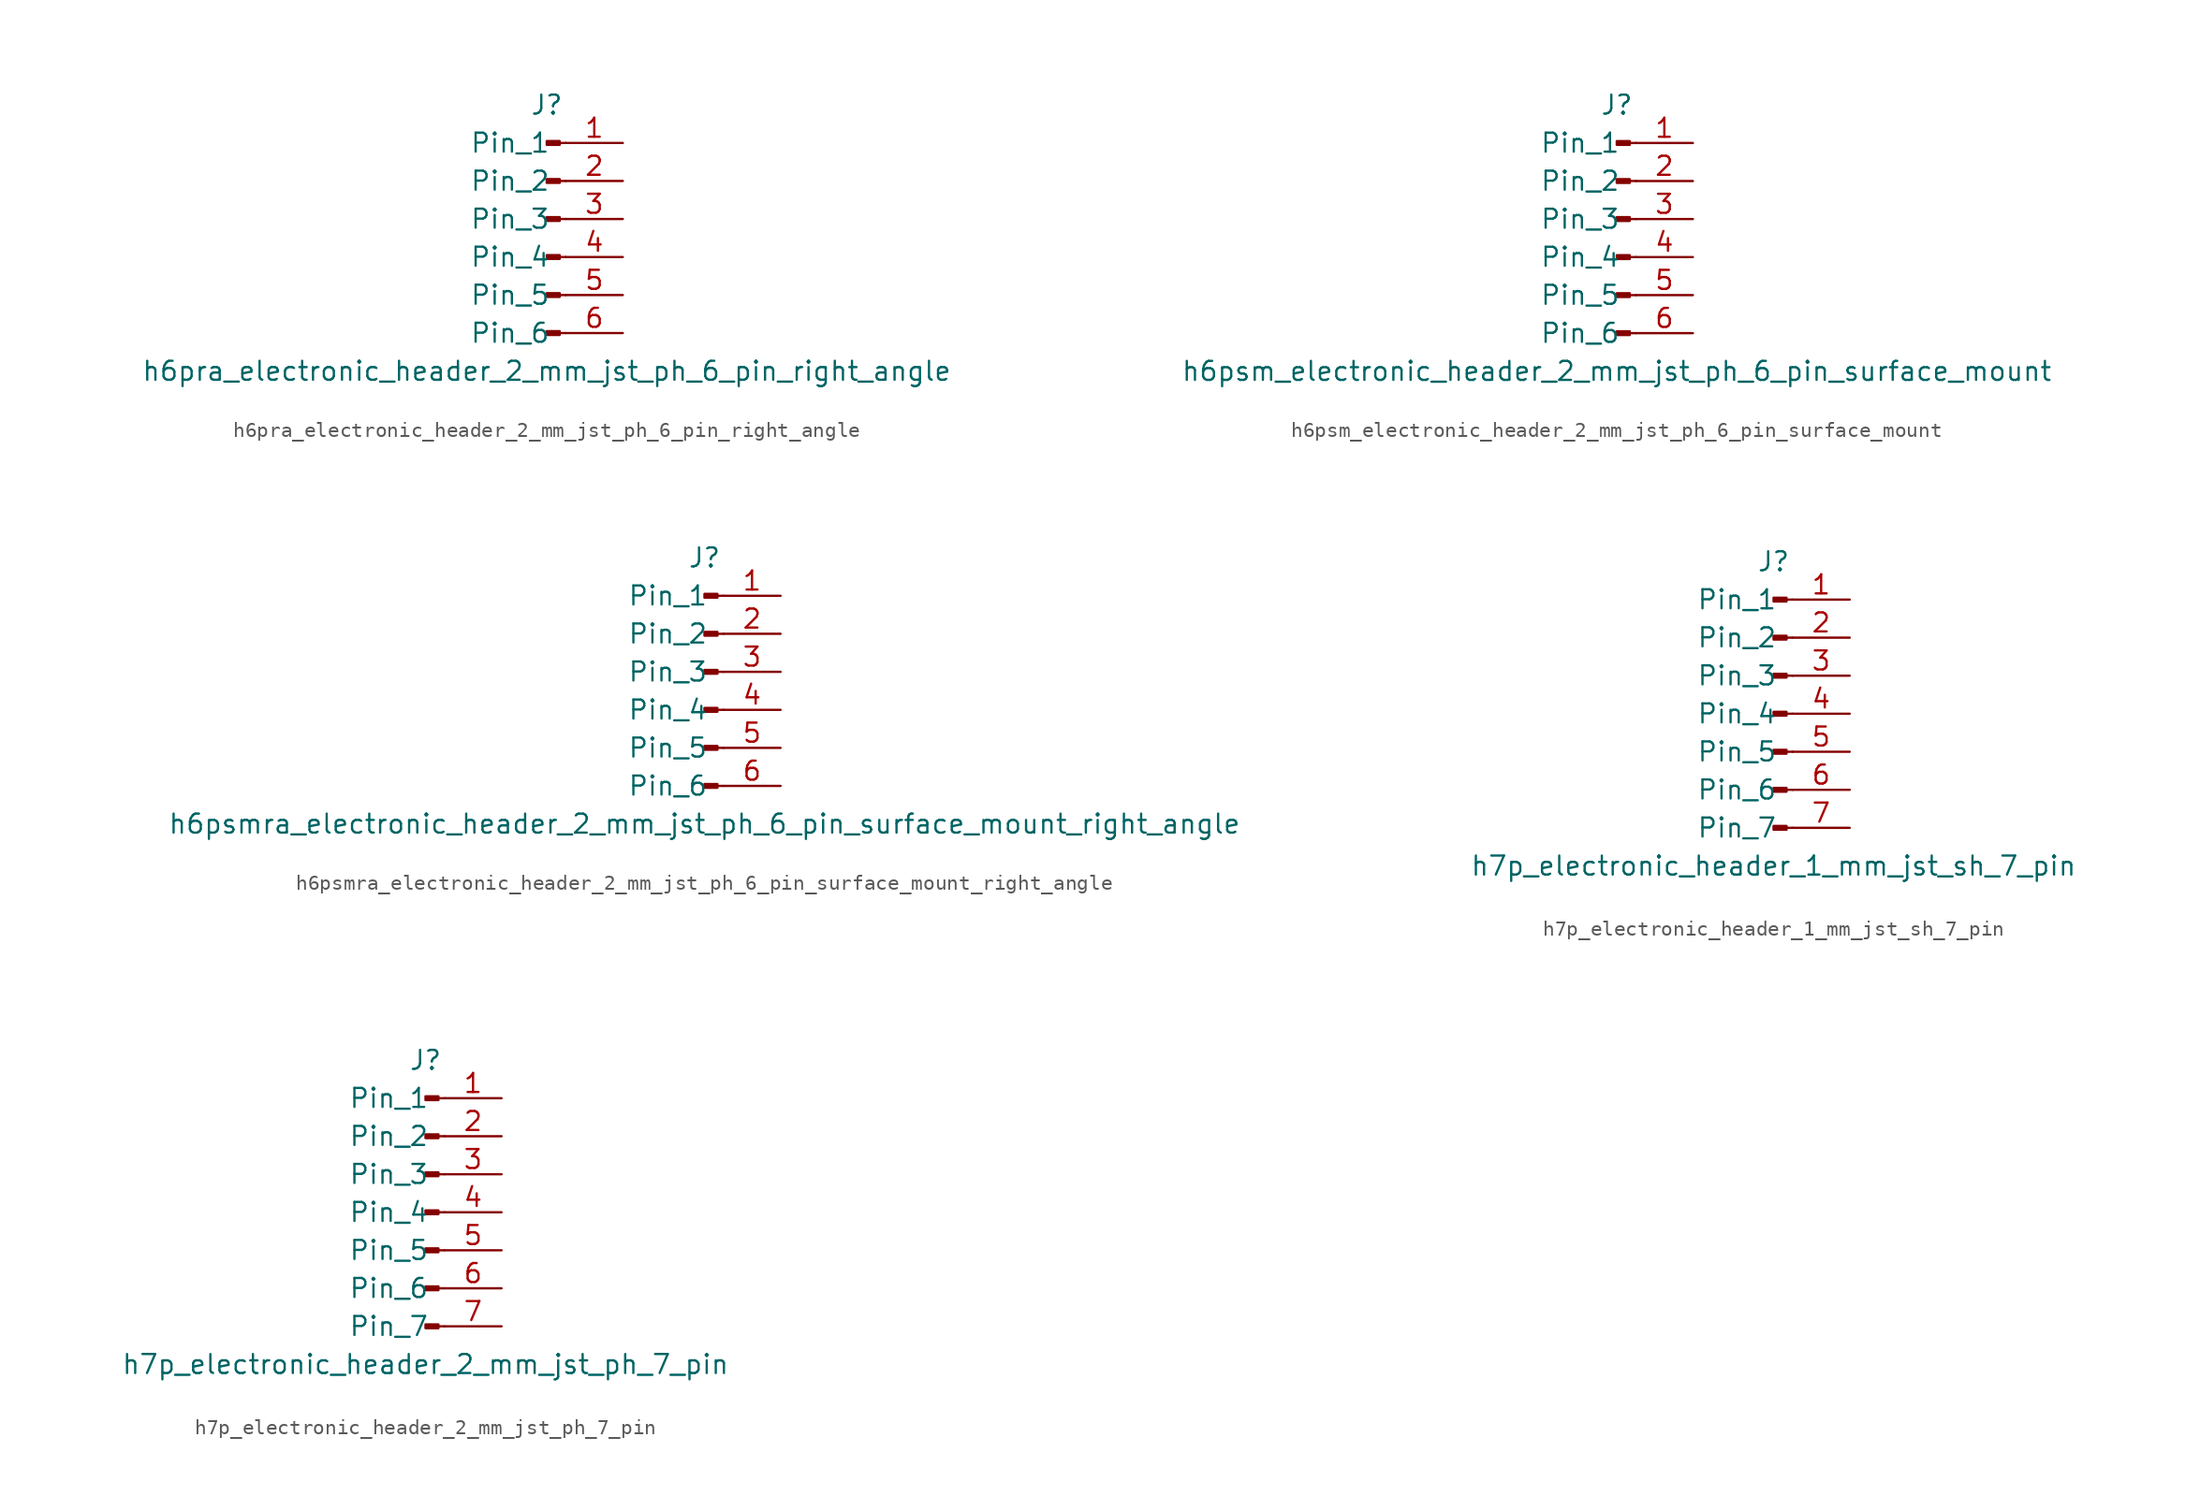
<source format=kicad_sym>
(kicad_symbol_lib
  (version 20220914)
  (generator kicad_symbol_editor)
  (symbol "h6pra_electronic_header_2_mm_jst_ph_6_pin_right_angle"
    (pin_names
      (offset 1.016))
    (property "Reference" "J"
      (at 0 7.62 0)
      (effects (font (size 1.27 1.27))))
    (property "Value" "h6pra_electronic_header_2_mm_jst_ph_6_pin_right_angle"
      (at 0 -10.16 0)
      (effects (font (size 1.27 1.27))))
    (property "ki_locked" ""
      (at 0 0 0)
      (effects (font (size 1.27 1.27))))
    (symbol "h6pra_electronic_header_2_mm_jst_ph_6_pin_right_angle_1_1"
      (polyline (pts (xy 1.27 -7.62) (xy 0.864 -7.62)) (stroke (width 0.152) (type default)) (fill (type none)))
      (polyline (pts (xy 1.27 -5.08) (xy 0.864 -5.08)) (stroke (width 0.152) (type default)) (fill (type none)))
      (polyline (pts (xy 1.27 -2.54) (xy 0.864 -2.54)) (stroke (width 0.152) (type default)) (fill (type none)))
      (polyline (pts (xy 1.27 0) (xy 0.864 0)) (stroke (width 0.152) (type default)) (fill (type none)))
      (polyline (pts (xy 1.27 2.54) (xy 0.864 2.54)) (stroke (width 0.152) (type default)) (fill (type none)))
      (polyline (pts (xy 1.27 5.08) (xy 0.864 5.08)) (stroke (width 0.152) (type default)) (fill (type none)))
      (rectangle (start 0.864 -7.493) (end 0 -7.747) (stroke (width 0.152) (type default)) (fill (type outline)))
      (rectangle (start 0.864 -4.953) (end 0 -5.207) (stroke (width 0.152) (type default)) (fill (type outline)))
      (rectangle (start 0.864 -2.413) (end 0 -2.667) (stroke (width 0.152) (type default)) (fill (type outline)))
      (rectangle (start 0.864 0.127) (end 0 -0.127) (stroke (width 0.152) (type default)) (fill (type outline)))
      (rectangle (start 0.864 2.667) (end 0 2.413) (stroke (width 0.152) (type default)) (fill (type outline)))
      (rectangle (start 0.864 5.207) (end 0 4.953) (stroke (width 0.152) (type default)) (fill (type outline)))
      (pin passive line (at 5.08 5.08 180) (length 3.81) (name "Pin_1" (effects (font (size 1.27 1.27)))) (number "1" (effects (font (size 1.27 1.27)))))
      (pin passive line (at 5.08 2.54 180) (length 3.81) (name "Pin_2" (effects (font (size 1.27 1.27)))) (number "2" (effects (font (size 1.27 1.27)))))
      (pin passive line (at 5.08 0 180) (length 3.81) (name "Pin_3" (effects (font (size 1.27 1.27)))) (number "3" (effects (font (size 1.27 1.27)))))
      (pin passive line (at 5.08 -2.54 180) (length 3.81) (name "Pin_4" (effects (font (size 1.27 1.27)))) (number "4" (effects (font (size 1.27 1.27)))))
      (pin passive line (at 5.08 -5.08 180) (length 3.81) (name "Pin_5" (effects (font (size 1.27 1.27)))) (number "5" (effects (font (size 1.27 1.27)))))
      (pin passive line (at 5.08 -7.62 180) (length 3.81) (name "Pin_6" (effects (font (size 1.27 1.27)))) (number "6" (effects (font (size 1.27 1.27)))))))
  (symbol "h6psm_electronic_header_2_mm_jst_ph_6_pin_surface_mount"
    (pin_names
      (offset 1.016))
    (property "Reference" "J"
      (at 0 7.62 0)
      (effects (font (size 1.27 1.27))))
    (property "Value" "h6psm_electronic_header_2_mm_jst_ph_6_pin_surface_mount"
      (at 0 -10.16 0)
      (effects (font (size 1.27 1.27))))
    (property "ki_locked" ""
      (at 0 0 0)
      (effects (font (size 1.27 1.27))))
    (symbol "h6psm_electronic_header_2_mm_jst_ph_6_pin_surface_mount_1_1"
      (polyline (pts (xy 1.27 -7.62) (xy 0.864 -7.62)) (stroke (width 0.152) (type default)) (fill (type none)))
      (polyline (pts (xy 1.27 -5.08) (xy 0.864 -5.08)) (stroke (width 0.152) (type default)) (fill (type none)))
      (polyline (pts (xy 1.27 -2.54) (xy 0.864 -2.54)) (stroke (width 0.152) (type default)) (fill (type none)))
      (polyline (pts (xy 1.27 0) (xy 0.864 0)) (stroke (width 0.152) (type default)) (fill (type none)))
      (polyline (pts (xy 1.27 2.54) (xy 0.864 2.54)) (stroke (width 0.152) (type default)) (fill (type none)))
      (polyline (pts (xy 1.27 5.08) (xy 0.864 5.08)) (stroke (width 0.152) (type default)) (fill (type none)))
      (rectangle (start 0.864 -7.493) (end 0 -7.747) (stroke (width 0.152) (type default)) (fill (type outline)))
      (rectangle (start 0.864 -4.953) (end 0 -5.207) (stroke (width 0.152) (type default)) (fill (type outline)))
      (rectangle (start 0.864 -2.413) (end 0 -2.667) (stroke (width 0.152) (type default)) (fill (type outline)))
      (rectangle (start 0.864 0.127) (end 0 -0.127) (stroke (width 0.152) (type default)) (fill (type outline)))
      (rectangle (start 0.864 2.667) (end 0 2.413) (stroke (width 0.152) (type default)) (fill (type outline)))
      (rectangle (start 0.864 5.207) (end 0 4.953) (stroke (width 0.152) (type default)) (fill (type outline)))
      (pin passive line (at 5.08 5.08 180) (length 3.81) (name "Pin_1" (effects (font (size 1.27 1.27)))) (number "1" (effects (font (size 1.27 1.27)))))
      (pin passive line (at 5.08 2.54 180) (length 3.81) (name "Pin_2" (effects (font (size 1.27 1.27)))) (number "2" (effects (font (size 1.27 1.27)))))
      (pin passive line (at 5.08 0 180) (length 3.81) (name "Pin_3" (effects (font (size 1.27 1.27)))) (number "3" (effects (font (size 1.27 1.27)))))
      (pin passive line (at 5.08 -2.54 180) (length 3.81) (name "Pin_4" (effects (font (size 1.27 1.27)))) (number "4" (effects (font (size 1.27 1.27)))))
      (pin passive line (at 5.08 -5.08 180) (length 3.81) (name "Pin_5" (effects (font (size 1.27 1.27)))) (number "5" (effects (font (size 1.27 1.27)))))
      (pin passive line (at 5.08 -7.62 180) (length 3.81) (name "Pin_6" (effects (font (size 1.27 1.27)))) (number "6" (effects (font (size 1.27 1.27)))))))
  (symbol "h6psmra_electronic_header_2_mm_jst_ph_6_pin_surface_mount_right_angle"
    (pin_names
      (offset 1.016))
    (property "Reference" "J"
      (at 0 7.62 0)
      (effects (font (size 1.27 1.27))))
    (property "Value" "h6psmra_electronic_header_2_mm_jst_ph_6_pin_surface_mount_right_angle"
      (at 0 -10.16 0)
      (effects (font (size 1.27 1.27))))
    (property "ki_locked" ""
      (at 0 0 0)
      (effects (font (size 1.27 1.27))))
    (symbol "h6psmra_electronic_header_2_mm_jst_ph_6_pin_surface_mount_right_angle_1_1"
      (polyline (pts (xy 1.27 -7.62) (xy 0.864 -7.62)) (stroke (width 0.152) (type default)) (fill (type none)))
      (polyline (pts (xy 1.27 -5.08) (xy 0.864 -5.08)) (stroke (width 0.152) (type default)) (fill (type none)))
      (polyline (pts (xy 1.27 -2.54) (xy 0.864 -2.54)) (stroke (width 0.152) (type default)) (fill (type none)))
      (polyline (pts (xy 1.27 0) (xy 0.864 0)) (stroke (width 0.152) (type default)) (fill (type none)))
      (polyline (pts (xy 1.27 2.54) (xy 0.864 2.54)) (stroke (width 0.152) (type default)) (fill (type none)))
      (polyline (pts (xy 1.27 5.08) (xy 0.864 5.08)) (stroke (width 0.152) (type default)) (fill (type none)))
      (rectangle (start 0.864 -7.493) (end 0 -7.747) (stroke (width 0.152) (type default)) (fill (type outline)))
      (rectangle (start 0.864 -4.953) (end 0 -5.207) (stroke (width 0.152) (type default)) (fill (type outline)))
      (rectangle (start 0.864 -2.413) (end 0 -2.667) (stroke (width 0.152) (type default)) (fill (type outline)))
      (rectangle (start 0.864 0.127) (end 0 -0.127) (stroke (width 0.152) (type default)) (fill (type outline)))
      (rectangle (start 0.864 2.667) (end 0 2.413) (stroke (width 0.152) (type default)) (fill (type outline)))
      (rectangle (start 0.864 5.207) (end 0 4.953) (stroke (width 0.152) (type default)) (fill (type outline)))
      (pin passive line (at 5.08 5.08 180) (length 3.81) (name "Pin_1" (effects (font (size 1.27 1.27)))) (number "1" (effects (font (size 1.27 1.27)))))
      (pin passive line (at 5.08 2.54 180) (length 3.81) (name "Pin_2" (effects (font (size 1.27 1.27)))) (number "2" (effects (font (size 1.27 1.27)))))
      (pin passive line (at 5.08 0 180) (length 3.81) (name "Pin_3" (effects (font (size 1.27 1.27)))) (number "3" (effects (font (size 1.27 1.27)))))
      (pin passive line (at 5.08 -2.54 180) (length 3.81) (name "Pin_4" (effects (font (size 1.27 1.27)))) (number "4" (effects (font (size 1.27 1.27)))))
      (pin passive line (at 5.08 -5.08 180) (length 3.81) (name "Pin_5" (effects (font (size 1.27 1.27)))) (number "5" (effects (font (size 1.27 1.27)))))
      (pin passive line (at 5.08 -7.62 180) (length 3.81) (name "Pin_6" (effects (font (size 1.27 1.27)))) (number "6" (effects (font (size 1.27 1.27)))))))
  (symbol "h7p_electronic_header_1_mm_jst_sh_7_pin"
    (pin_names
      (offset 1.016))
    (property "Reference" "J"
      (at 0 10.16 0)
      (effects (font (size 1.27 1.27))))
    (property "Value" "h7p_electronic_header_1_mm_jst_sh_7_pin"
      (at 0 -10.16 0)
      (effects (font (size 1.27 1.27))))
    (property "ki_locked" ""
      (at 0 0 0)
      (effects (font (size 1.27 1.27))))
    (symbol "h7p_electronic_header_1_mm_jst_sh_7_pin_1_1"
      (polyline (pts (xy 1.27 -7.62) (xy 0.864 -7.62)) (stroke (width 0.152) (type default)) (fill (type none)))
      (polyline (pts (xy 1.27 -5.08) (xy 0.864 -5.08)) (stroke (width 0.152) (type default)) (fill (type none)))
      (polyline (pts (xy 1.27 -2.54) (xy 0.864 -2.54)) (stroke (width 0.152) (type default)) (fill (type none)))
      (polyline (pts (xy 1.27 0) (xy 0.864 0)) (stroke (width 0.152) (type default)) (fill (type none)))
      (polyline (pts (xy 1.27 2.54) (xy 0.864 2.54)) (stroke (width 0.152) (type default)) (fill (type none)))
      (polyline (pts (xy 1.27 5.08) (xy 0.864 5.08)) (stroke (width 0.152) (type default)) (fill (type none)))
      (polyline (pts (xy 1.27 7.62) (xy 0.864 7.62)) (stroke (width 0.152) (type default)) (fill (type none)))
      (rectangle (start 0.864 -7.493) (end 0 -7.747) (stroke (width 0.152) (type default)) (fill (type outline)))
      (rectangle (start 0.864 -4.953) (end 0 -5.207) (stroke (width 0.152) (type default)) (fill (type outline)))
      (rectangle (start 0.864 -2.413) (end 0 -2.667) (stroke (width 0.152) (type default)) (fill (type outline)))
      (rectangle (start 0.864 0.127) (end 0 -0.127) (stroke (width 0.152) (type default)) (fill (type outline)))
      (rectangle (start 0.864 2.667) (end 0 2.413) (stroke (width 0.152) (type default)) (fill (type outline)))
      (rectangle (start 0.864 5.207) (end 0 4.953) (stroke (width 0.152) (type default)) (fill (type outline)))
      (rectangle (start 0.864 7.747) (end 0 7.493) (stroke (width 0.152) (type default)) (fill (type outline)))
      (pin passive line (at 5.08 7.62 180) (length 3.81) (name "Pin_1" (effects (font (size 1.27 1.27)))) (number "1" (effects (font (size 1.27 1.27)))))
      (pin passive line (at 5.08 5.08 180) (length 3.81) (name "Pin_2" (effects (font (size 1.27 1.27)))) (number "2" (effects (font (size 1.27 1.27)))))
      (pin passive line (at 5.08 2.54 180) (length 3.81) (name "Pin_3" (effects (font (size 1.27 1.27)))) (number "3" (effects (font (size 1.27 1.27)))))
      (pin passive line (at 5.08 0 180) (length 3.81) (name "Pin_4" (effects (font (size 1.27 1.27)))) (number "4" (effects (font (size 1.27 1.27)))))
      (pin passive line (at 5.08 -2.54 180) (length 3.81) (name "Pin_5" (effects (font (size 1.27 1.27)))) (number "5" (effects (font (size 1.27 1.27)))))
      (pin passive line (at 5.08 -5.08 180) (length 3.81) (name "Pin_6" (effects (font (size 1.27 1.27)))) (number "6" (effects (font (size 1.27 1.27)))))
      (pin passive line (at 5.08 -7.62 180) (length 3.81) (name "Pin_7" (effects (font (size 1.27 1.27)))) (number "7" (effects (font (size 1.27 1.27)))))))
  (symbol "h7p_electronic_header_2_mm_jst_ph_7_pin"
    (pin_names
      (offset 1.016))
    (property "Reference" "J"
      (at 0 10.16 0)
      (effects (font (size 1.27 1.27))))
    (property "Value" "h7p_electronic_header_2_mm_jst_ph_7_pin"
      (at 0 -10.16 0)
      (effects (font (size 1.27 1.27))))
    (property "ki_locked" ""
      (at 0 0 0)
      (effects (font (size 1.27 1.27))))
    (symbol "h7p_electronic_header_2_mm_jst_ph_7_pin_1_1"
      (polyline (pts (xy 1.27 -7.62) (xy 0.864 -7.62)) (stroke (width 0.152) (type default)) (fill (type none)))
      (polyline (pts (xy 1.27 -5.08) (xy 0.864 -5.08)) (stroke (width 0.152) (type default)) (fill (type none)))
      (polyline (pts (xy 1.27 -2.54) (xy 0.864 -2.54)) (stroke (width 0.152) (type default)) (fill (type none)))
      (polyline (pts (xy 1.27 0) (xy 0.864 0)) (stroke (width 0.152) (type default)) (fill (type none)))
      (polyline (pts (xy 1.27 2.54) (xy 0.864 2.54)) (stroke (width 0.152) (type default)) (fill (type none)))
      (polyline (pts (xy 1.27 5.08) (xy 0.864 5.08)) (stroke (width 0.152) (type default)) (fill (type none)))
      (polyline (pts (xy 1.27 7.62) (xy 0.864 7.62)) (stroke (width 0.152) (type default)) (fill (type none)))
      (rectangle (start 0.864 -7.493) (end 0 -7.747) (stroke (width 0.152) (type default)) (fill (type outline)))
      (rectangle (start 0.864 -4.953) (end 0 -5.207) (stroke (width 0.152) (type default)) (fill (type outline)))
      (rectangle (start 0.864 -2.413) (end 0 -2.667) (stroke (width 0.152) (type default)) (fill (type outline)))
      (rectangle (start 0.864 0.127) (end 0 -0.127) (stroke (width 0.152) (type default)) (fill (type outline)))
      (rectangle (start 0.864 2.667) (end 0 2.413) (stroke (width 0.152) (type default)) (fill (type outline)))
      (rectangle (start 0.864 5.207) (end 0 4.953) (stroke (width 0.152) (type default)) (fill (type outline)))
      (rectangle (start 0.864 7.747) (end 0 7.493) (stroke (width 0.152) (type default)) (fill (type outline)))
      (pin passive line (at 5.08 7.62 180) (length 3.81) (name "Pin_1" (effects (font (size 1.27 1.27)))) (number "1" (effects (font (size 1.27 1.27)))))
      (pin passive line (at 5.08 5.08 180) (length 3.81) (name "Pin_2" (effects (font (size 1.27 1.27)))) (number "2" (effects (font (size 1.27 1.27)))))
      (pin passive line (at 5.08 2.54 180) (length 3.81) (name "Pin_3" (effects (font (size 1.27 1.27)))) (number "3" (effects (font (size 1.27 1.27)))))
      (pin passive line (at 5.08 0 180) (length 3.81) (name "Pin_4" (effects (font (size 1.27 1.27)))) (number "4" (effects (font (size 1.27 1.27)))))
      (pin passive line (at 5.08 -2.54 180) (length 3.81) (name "Pin_5" (effects (font (size 1.27 1.27)))) (number "5" (effects (font (size 1.27 1.27)))))
      (pin passive line (at 5.08 -5.08 180) (length 3.81) (name "Pin_6" (effects (font (size 1.27 1.27)))) (number "6" (effects (font (size 1.27 1.27)))))
      (pin passive line (at 5.08 -7.62 180) (length 3.81) (name "Pin_7" (effects (font (size 1.27 1.27)))) (number "7" (effects (font (size 1.27 1.27))))))))
</source>
